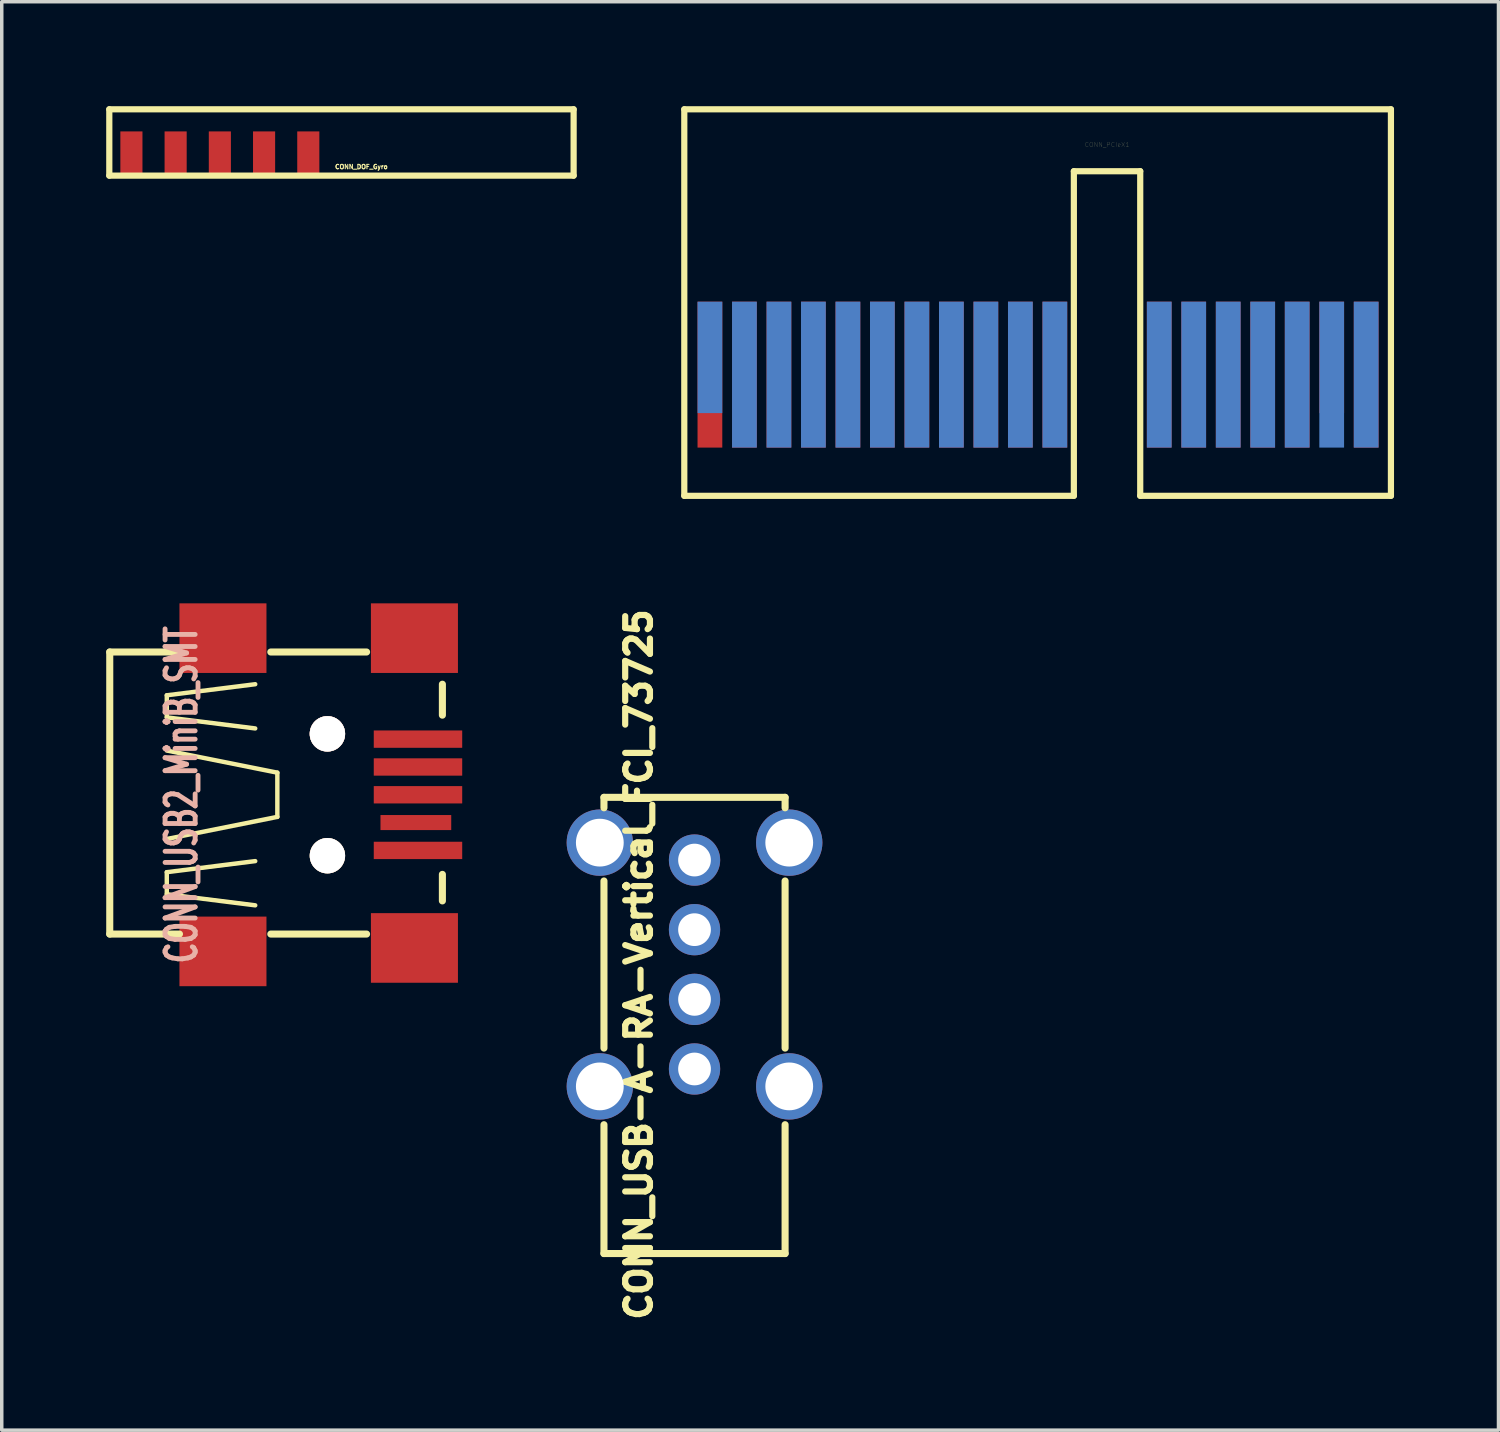
<source format=kicad_pcb>
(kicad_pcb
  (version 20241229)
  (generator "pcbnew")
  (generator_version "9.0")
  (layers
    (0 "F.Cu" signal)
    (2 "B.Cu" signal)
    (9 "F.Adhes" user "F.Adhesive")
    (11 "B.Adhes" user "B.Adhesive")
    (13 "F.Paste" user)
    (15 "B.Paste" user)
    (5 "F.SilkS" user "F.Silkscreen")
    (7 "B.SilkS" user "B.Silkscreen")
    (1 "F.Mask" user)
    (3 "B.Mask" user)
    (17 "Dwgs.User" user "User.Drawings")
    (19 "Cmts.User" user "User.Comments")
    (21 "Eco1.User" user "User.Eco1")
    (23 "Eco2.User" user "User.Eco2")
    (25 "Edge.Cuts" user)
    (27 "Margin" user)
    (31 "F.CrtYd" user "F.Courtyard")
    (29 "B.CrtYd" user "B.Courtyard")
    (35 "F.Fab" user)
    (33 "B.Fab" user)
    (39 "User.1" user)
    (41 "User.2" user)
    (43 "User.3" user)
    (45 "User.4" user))
  (footprint "CONN_USB2_MiniB_SMT"
    (layer "F.Cu")
    (at 6.353 19.775)
    (property "Reference" "CONN_USB2_MiniB_SMT" (at -4.191 0 90) (layer "B.SilkS") (effects (font (size 0.864 0.559) (thickness 0.203))))
    (attr smd)
    (fp_line (start -6.251 -4.1) (end -6.251 4) (stroke (width 0.203) (type solid)) (layer "F.SilkS"))
    (fp_line (start -6.251 -4.1) (end -4.249 -4.1) (stroke (width 0.203) (type solid)) (layer "F.SilkS"))
    (fp_line (start -4.613 -2.857) (end -4.613 -2.223) (stroke (width 0.127) (type solid)) (layer "F.SilkS"))
    (fp_line (start -4.613 -2.223) (end -2.073 -1.905) (stroke (width 0.127) (type solid)) (layer "F.SilkS"))
    (fp_line (start -4.613 -1.27) (end -1.438 -0.635) (stroke (width 0.127) (type solid)) (layer "F.SilkS"))
    (fp_line (start -4.613 2.223) (end -2.073 1.905) (stroke (width 0.127) (type solid)) (layer "F.SilkS"))
    (fp_line (start -4.613 2.857) (end -4.613 2.223) (stroke (width 0.127) (type solid)) (layer "F.SilkS"))
    (fp_line (start -4.249 4) (end -6.251 4) (stroke (width 0.203) (type solid)) (layer "F.SilkS"))
    (fp_line (start -2.073 -3.175) (end -4.613 -2.857) (stroke (width 0.127) (type solid)) (layer "F.SilkS"))
    (fp_line (start -2.073 3.175) (end -4.613 2.857) (stroke (width 0.127) (type solid)) (layer "F.SilkS"))
    (fp_line (start -1.626 4) (end 1.125 4) (stroke (width 0.203) (type solid)) (layer "F.SilkS"))
    (fp_line (start -1.438 -0.635) (end -1.438 0.635) (stroke (width 0.127) (type solid)) (layer "F.SilkS"))
    (fp_line (start -1.438 0.635) (end -4.613 1.27) (stroke (width 0.127) (type solid)) (layer "F.SilkS"))
    (fp_line (start 1.125 -4.1) (end -1.626 -4.1) (stroke (width 0.203) (type solid)) (layer "F.SilkS"))
    (fp_line (start 3.302 -3.175) (end 3.302 -2.286) (stroke (width 0.203) (type solid)) (layer "F.SilkS"))
    (fp_line (start 3.302 2.286) (end 3.302 3.048) (stroke (width 0.203) (type solid)) (layer "F.SilkS"))
    (pad "" np_thru_hole circle (at 0 1.75) (size 1.016 1.016) (drill 1.016) (layers "*.Cu" "*.SilkS" "*.Mask"))
    (pad "1" smd rect (at 2.601 -1.598) (size 2.54 0.498) (layers "F.Cu" "F.Mask" "F.Paste"))
    (pad "2" smd rect (at 2.601 -0.798) (size 2.54 0.498) (layers "F.Cu" "F.Mask" "F.Paste"))
    (pad "3" smd rect (at 2.601 0) (size 2.54 0.498) (layers "F.Cu" "F.Mask" "F.Paste"))
    (pad "4" smd rect (at 2.601 1.598) (size 2.54 0.498) (layers "F.Cu" "F.Mask" "F.Paste"))
    (pad "5" smd rect (at -3 -4.498) (size 2.499 1.999) (layers "F.Cu" "F.Mask" "F.Paste"))
    (pad "5" smd rect (at -3 4.498) (size 2.499 1.999) (layers "F.Cu" "F.Mask" "F.Paste"))
    (pad "5" smd rect (at 2.499 -4.498) (size 2.499 1.999) (layers "F.Cu" "F.Mask" "F.Paste"))
    (pad "5" smd rect (at 2.499 4.399) (size 2.499 1.999) (layers "F.Cu" "F.Mask" "F.Paste"))
    (pad "6" smd rect (at 2.54 0.798) (size 2.032 0.432) (layers "F.Cu" "F.Mask" "F.Paste"))
    (pad "7" thru_hole circle (at 0 -1.75) (size 1.016 1.016) (drill 1.016) (layers "*.Cu" "*.SilkS" "*.Mask")))
  (footprint "CONN_USB-A-RA-Vertical_FCI_73725"
    (layer "F.Cu")
    (at 16.896 24.65)
    (property "Reference" "CONN_USB-A-RA-Vertical_FCI_73725" (at -1.6 0 90) (layer "F.SilkS") (effects (font (size 0.711 0.711) (thickness 0.178))))
    (attr through_hole)
    (fp_line (start -2.601 -4.801) (end 2.601 -4.801) (stroke (width 0.203) (type solid)) (layer "F.SilkS"))
    (fp_line (start -2.601 -4.501) (end -2.601 -4.801) (stroke (width 0.203) (type solid)) (layer "F.SilkS"))
    (fp_line (start -2.601 2.4) (end -2.601 -2.4) (stroke (width 0.203) (type solid)) (layer "F.SilkS"))
    (fp_line (start -2.601 4.6) (end -2.601 8.301) (stroke (width 0.203) (type solid)) (layer "F.SilkS"))
    (fp_line (start -2.601 8.301) (end 2.601 8.301) (stroke (width 0.203) (type solid)) (layer "F.SilkS"))
    (fp_line (start 2.601 -4.801) (end 2.601 -4.501) (stroke (width 0.203) (type solid)) (layer "F.SilkS"))
    (fp_line (start 2.601 2.4) (end 2.601 -2.4) (stroke (width 0.203) (type solid)) (layer "F.SilkS"))
    (fp_line (start 2.601 8.301) (end 2.601 4.6) (stroke (width 0.203) (type solid)) (layer "F.SilkS"))
    (pad "1" thru_hole circle (at 0 3) (size 1.473 1.473) (drill 0.94) (layers "*.Cu" "*.Mask"))
    (pad "2" thru_hole circle (at 0 1.001) (size 1.473 1.473) (drill 0.94) (layers "*.Cu" "*.Mask"))
    (pad "3" thru_hole circle (at 0 -1.001) (size 1.473 1.473) (drill 0.94) (layers "*.Cu" "*.Mask"))
    (pad "4" thru_hole circle (at 0 -3) (size 1.473 1.473) (drill 0.94) (layers "*.Cu" "*.Mask"))
    (pad "5" thru_hole circle (at -2.72 -3.5) (size 1.905 1.905) (drill 1.372) (layers "*.Cu" "*.Mask"))
    (pad "5" thru_hole circle (at -2.72 3.5) (size 1.905 1.905) (drill 1.372) (layers "*.Cu" "*.Mask"))
    (pad "5" thru_hole circle (at 2.72 -3.5) (size 1.905 1.905) (drill 1.372) (layers "*.Cu" "*.Mask"))
    (pad "5" thru_hole circle (at 2.72 3.5) (size 1.905 1.905) (drill 1.372) (layers "*.Cu" "*.Mask")))
  (footprint "CONN_PCIeX1"
    (layer "F.Cu")
    (at 28.743 7.709)
    (property "Reference" "CONN_PCIeX1" (at 0 -6.604 0) (layer "F.SilkS") (effects (font (size 0.127 0.127) (thickness 0.003))))
    (attr through_hole)
    (fp_line (start -12.141 -7.62) (end 8.153 -7.62) (stroke (width 0.178) (type solid)) (layer "F.SilkS"))
    (fp_line (start -12.141 3.48) (end -12.141 -7.62) (stroke (width 0.178) (type solid)) (layer "F.SilkS"))
    (fp_line (start -0.953 3.48) (end -12.141 3.48) (stroke (width 0.178) (type solid)) (layer "F.SilkS"))
    (fp_line (start -0.953 3.48) (end -0.953 -5.842) (stroke (width 0.178) (type solid)) (layer "F.SilkS"))
    (fp_line (start 0.953 -5.842) (end -0.953 -5.842) (stroke (width 0.178) (type solid)) (layer "F.SilkS"))
    (fp_line (start 0.953 3.48) (end 0.953 -5.842) (stroke (width 0.178) (type solid)) (layer "F.SilkS"))
    (fp_line (start 0.953 3.48) (end 8.153 3.48) (stroke (width 0.178) (type solid)) (layer "F.SilkS"))
    (fp_line (start 8.153 3.48) (end 8.153 -7.62) (stroke (width 0.178) (type solid)) (layer "F.SilkS"))
    (pad "A1" smd rect (at -11.405 -0.495) (size 0.711 3.2) (layers "F.Mask" "B.Cu"))
    (pad "A2" smd rect (at -10.414 0) (size 0.711 4.191) (layers "F.Mask" "B.Cu"))
    (pad "A3" smd rect (at -9.423 0) (size 0.711 4.191) (layers "F.Mask" "B.Cu"))
    (pad "A4" smd rect (at -8.433 0) (size 0.711 4.191) (layers "F.Mask" "B.Cu"))
    (pad "A5" smd rect (at -7.442 0) (size 0.711 4.191) (layers "F.Mask" "B.Cu"))
    (pad "A6" smd rect (at -6.452 0) (size 0.711 4.191) (layers "F.Mask" "B.Cu"))
    (pad "A7" smd rect (at -5.461 0) (size 0.711 4.191) (layers "F.Mask" "B.Cu"))
    (pad "A8" smd rect (at -4.47 0) (size 0.711 4.191) (layers "F.Mask" "B.Cu"))
    (pad "A9" smd rect (at -3.48 0) (size 0.711 4.191) (layers "F.Mask" "B.Cu"))
    (pad "A10" smd rect (at -2.489 0) (size 0.711 4.191) (layers "F.Mask" "B.Cu"))
    (pad "A11" smd rect (at -1.499 0) (size 0.711 4.191) (layers "F.Mask" "B.Cu"))
    (pad "A12" smd rect (at 1.499 0) (size 0.711 4.191) (layers "F.Mask" "B.Cu"))
    (pad "A13" smd rect (at 2.489 0) (size 0.711 4.191) (layers "F.Mask" "B.Cu"))
    (pad "A14" smd rect (at 3.48 0) (size 0.711 4.191) (layers "F.Mask" "B.Cu"))
    (pad "A15" smd rect (at 4.47 0) (size 0.711 4.191) (layers "F.Mask" "B.Cu"))
    (pad "A16" smd rect (at 5.461 0) (size 0.711 4.191) (layers "F.Mask" "B.Cu"))
    (pad "A17" smd rect (at 6.452 0) (size 0.711 4.191) (layers "F.Mask" "B.Cu"))
    (pad "A18" smd rect (at 7.442 0) (size 0.711 4.191) (layers "F.Mask" "B.Cu"))
    (pad "B1" smd rect (at -11.405 0) (size 0.711 4.191) (layers "F.Cu" "F.Mask"))
    (pad "B2" smd rect (at -10.414 0) (size 0.711 4.191) (layers "F.Cu" "F.Mask"))
    (pad "B3" smd rect (at -9.423 0) (size 0.711 4.191) (layers "F.Cu" "F.Mask"))
    (pad "B4" smd rect (at -8.433 0) (size 0.711 4.191) (layers "F.Cu" "F.Mask"))
    (pad "B5" smd rect (at -7.442 0) (size 0.711 4.191) (layers "F.Cu" "F.Mask"))
    (pad "B6" smd rect (at -6.452 0) (size 0.711 4.191) (layers "F.Cu" "F.Mask"))
    (pad "B7" smd rect (at -5.461 0) (size 0.711 4.191) (layers "F.Cu" "F.Mask"))
    (pad "B8" smd rect (at -4.47 0) (size 0.711 4.191) (layers "F.Cu" "F.Mask"))
    (pad "B9" smd rect (at -3.48 0) (size 0.711 4.191) (layers "F.Cu" "F.Mask" "F.Paste"))
    (pad "B10" smd rect (at -2.489 0) (size 0.711 4.191) (layers "F.Cu" "F.Mask"))
    (pad "B11" smd rect (at -1.499 0) (size 0.711 4.191) (layers "F.Cu" "F.Mask"))
    (pad "B12" smd rect (at 1.499 0) (size 0.711 4.191) (layers "F.Cu" "F.Mask"))
    (pad "B13" smd rect (at 2.489 0) (size 0.711 4.191) (layers "F.Cu" "F.Mask"))
    (pad "B14" smd rect (at 3.48 0) (size 0.711 4.191) (layers "F.Cu" "F.Mask"))
    (pad "B15" smd rect (at 4.47 0) (size 0.711 4.191) (layers "F.Cu" "F.Mask"))
    (pad "B16" smd rect (at 5.461 0) (size 0.711 4.191) (layers "F.Cu" "F.Mask"))
    (pad "B17" smd rect (at 6.452 -0.495) (size 0.711 3.2) (layers "F.Cu" "F.Mask"))
    (pad "B18" smd rect (at 7.442 0) (size 0.711 4.191) (layers "F.Cu" "F.Mask")))
  (footprint "CONN_DOF_Gyro"
    (layer "F.Cu")
    (at 3.264 1.994)
    (property "Reference" "CONN_DOF_Gyro" (at 4.064 -0.254 0) (layer "F.SilkS") (effects (font (size 0.127 0.127) (thickness 0.03))))
    (attr through_hole)
    (fp_line (start -3.175 -1.905) (end -3.175 0) (stroke (width 0.178) (type solid)) (layer "F.SilkS"))
    (fp_line (start -3.175 0) (end 10.16 0) (stroke (width 0.178) (type solid)) (layer "F.SilkS"))
    (fp_line (start 10.16 -1.905) (end -3.175 -1.905) (stroke (width 0.178) (type solid)) (layer "F.SilkS"))
    (fp_line (start 10.16 0) (end 10.16 -1.905) (stroke (width 0.178) (type solid)) (layer "F.SilkS"))
    (pad "1" smd rect (at -2.54 -0.635) (size 0.635 1.27) (layers "F.Cu" "F.Mask"))
    (pad "2" smd rect (at -1.27 -0.635) (size 0.635 1.27) (layers "F.Cu" "F.Mask"))
    (pad "3" smd rect (at 0 -0.635) (size 0.635 1.27) (layers "F.Cu" "F.Mask"))
    (pad "4" smd rect (at 1.27 -0.635) (size 0.635 1.27) (layers "F.Cu" "F.Mask"))
    (pad "5" smd rect (at 2.54 -0.635) (size 0.635 1.27) (layers "F.Cu" "F.Mask")))
  (gr_rect
    (start -3 -3)
    (end 39.985 38.023)
    (stroke (width 0.1) (type default))
    (fill no)
    (layer "Edge.Cuts")))
</source>
